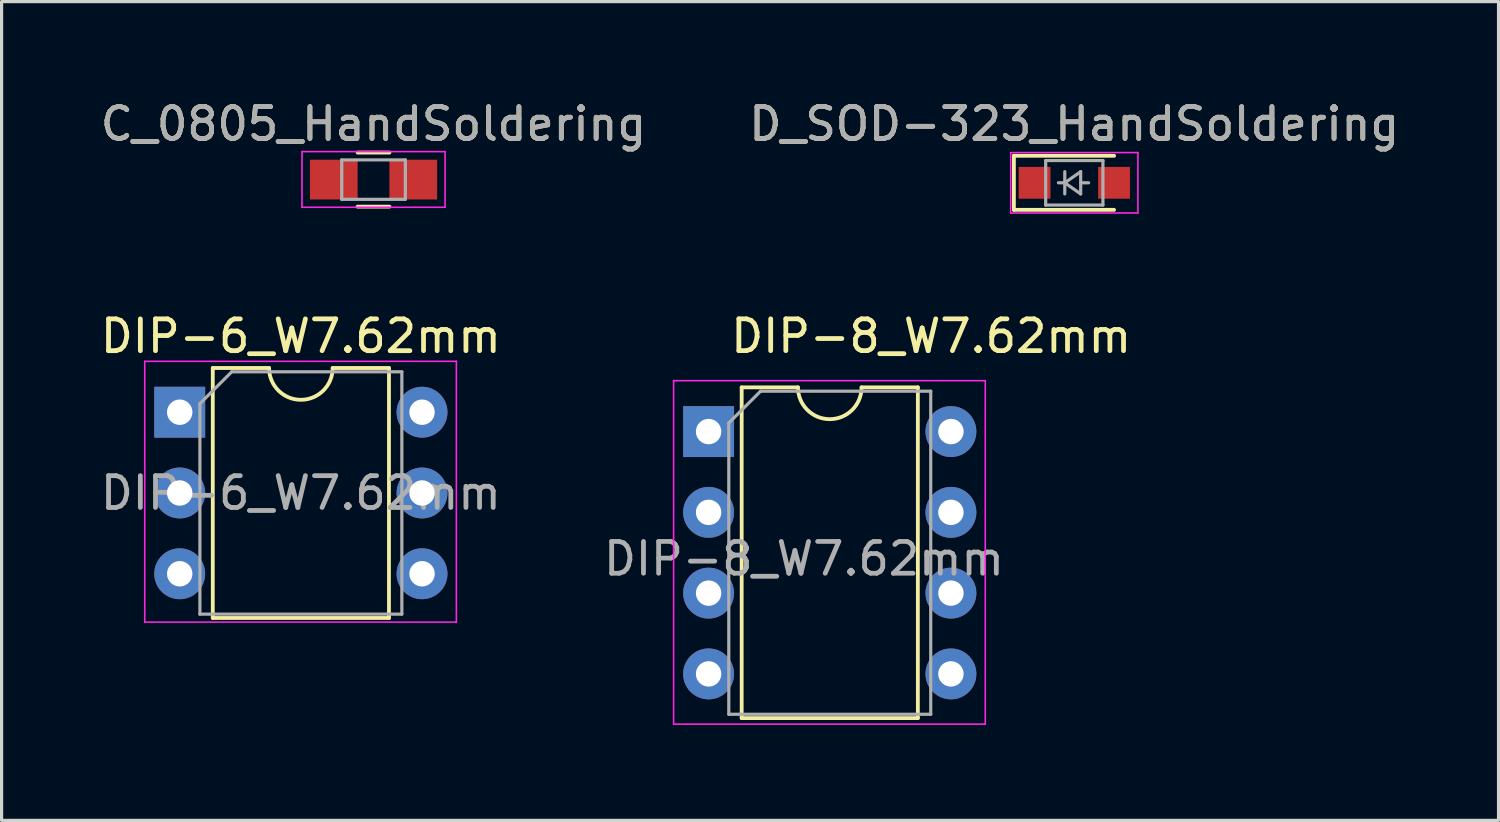
<source format=kicad_pcb>
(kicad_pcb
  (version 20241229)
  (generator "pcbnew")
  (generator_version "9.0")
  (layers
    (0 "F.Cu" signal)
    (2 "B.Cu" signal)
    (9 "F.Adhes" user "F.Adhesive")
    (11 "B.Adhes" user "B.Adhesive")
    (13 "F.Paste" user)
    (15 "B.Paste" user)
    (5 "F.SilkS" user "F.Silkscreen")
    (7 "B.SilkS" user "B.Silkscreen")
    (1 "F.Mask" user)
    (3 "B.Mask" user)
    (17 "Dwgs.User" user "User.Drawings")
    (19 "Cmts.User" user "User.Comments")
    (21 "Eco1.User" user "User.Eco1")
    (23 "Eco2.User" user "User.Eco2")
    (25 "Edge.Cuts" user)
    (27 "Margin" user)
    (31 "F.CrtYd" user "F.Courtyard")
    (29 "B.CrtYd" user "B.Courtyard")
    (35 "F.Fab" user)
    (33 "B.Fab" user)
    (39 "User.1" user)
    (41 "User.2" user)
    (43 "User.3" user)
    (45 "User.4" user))
  (footprint "DIP-6_W7.62mm"
    (layer "F.Cu")
    (at 2.601 9.912)
    (property "Reference" "DIP-6_W7.62mm" (at 3.81 -2.39 0) (layer "F.SilkS") (effects (font (size 1 1) (thickness 0.15))))
    (attr through_hole)
    (fp_line (start 1.04 -1.39) (end 1.04 6.47) (stroke (width 0.12) (type solid)) (layer "F.SilkS"))
    (fp_line (start 1.04 6.47) (end 6.58 6.47) (stroke (width 0.12) (type solid)) (layer "F.SilkS"))
    (fp_line (start 2.81 -1.39) (end 1.04 -1.39) (stroke (width 0.12) (type solid)) (layer "F.SilkS"))
    (fp_line (start 6.58 -1.39) (end 4.81 -1.39) (stroke (width 0.12) (type solid)) (layer "F.SilkS"))
    (fp_line (start 6.58 6.47) (end 6.58 -1.39) (stroke (width 0.12) (type solid)) (layer "F.SilkS"))
    (fp_arc (start 4.81 -1.39) (mid 3.81 -0.39) (end 2.81 -1.39) (stroke (width 0.12) (type solid)) (layer "F.SilkS"))
    (fp_line (start -1.1 -1.6) (end -1.1 6.6) (stroke (width 0.05) (type solid)) (layer "F.CrtYd"))
    (fp_line (start -1.1 6.6) (end 8.7 6.6) (stroke (width 0.05) (type solid)) (layer "F.CrtYd"))
    (fp_line (start 8.7 -1.6) (end -1.1 -1.6) (stroke (width 0.05) (type solid)) (layer "F.CrtYd"))
    (fp_line (start 8.7 6.6) (end 8.7 -1.6) (stroke (width 0.05) (type solid)) (layer "F.CrtYd"))
    (fp_line (start 0.635 -0.27) (end 1.635 -1.27) (stroke (width 0.1) (type solid)) (layer "F.Fab"))
    (fp_line (start 0.635 6.35) (end 0.635 -0.27) (stroke (width 0.1) (type solid)) (layer "F.Fab"))
    (fp_line (start 1.635 -1.27) (end 6.985 -1.27) (stroke (width 0.1) (type solid)) (layer "F.Fab"))
    (fp_line (start 6.985 -1.27) (end 6.985 6.35) (stroke (width 0.1) (type solid)) (layer "F.Fab"))
    (fp_line (start 6.985 6.35) (end 0.635 6.35) (stroke (width 0.1) (type solid)) (layer "F.Fab"))
    (fp_text user "${REFERENCE}" (at 3.81 2.54 0) (layer "F.Fab") (effects (font (size 1 1) (thickness 0.15))))
    (pad "1" thru_hole rect (at 0 0) (size 1.6 1.6) (drill 0.8) (layers "*.Cu" "*.Mask"))
    (pad "2" thru_hole oval (at 0 2.54) (size 1.6 1.6) (drill 0.8) (layers "*.Cu" "*.Mask"))
    (pad "3" thru_hole oval (at 0 5.08) (size 1.6 1.6) (drill 0.8) (layers "*.Cu" "*.Mask"))
    (pad "4" thru_hole oval (at 7.62 5.08) (size 1.6 1.6) (drill 0.8) (layers "*.Cu" "*.Mask"))
    (pad "5" thru_hole oval (at 7.62 2.54) (size 1.6 1.6) (drill 0.8) (layers "*.Cu" "*.Mask"))
    (pad "6" thru_hole oval (at 7.62 0) (size 1.6 1.6) (drill 0.8) (layers "*.Cu" "*.Mask")))
  (footprint "DIP-8_W7.62mm"
    (layer "F.Cu")
    (at 19.232 10.521)
    (property "Reference" "DIP-8_W7.62mm" (at 7 -3 0) (layer "F.SilkS") (effects (font (size 1 1) (thickness 0.15))))
    (attr through_hole)
    (fp_line (start 1.04 -1.39) (end 1.04 9.01) (stroke (width 0.12) (type solid)) (layer "F.SilkS"))
    (fp_line (start 1.04 9.01) (end 6.58 9.01) (stroke (width 0.12) (type solid)) (layer "F.SilkS"))
    (fp_line (start 2.81 -1.39) (end 1.04 -1.39) (stroke (width 0.12) (type solid)) (layer "F.SilkS"))
    (fp_line (start 6.58 -1.39) (end 4.81 -1.39) (stroke (width 0.12) (type solid)) (layer "F.SilkS"))
    (fp_line (start 6.58 9.01) (end 6.58 -1.39) (stroke (width 0.12) (type solid)) (layer "F.SilkS"))
    (fp_arc (start 4.81 -1.39) (mid 3.81 -0.39) (end 2.81 -1.39) (stroke (width 0.12) (type solid)) (layer "F.SilkS"))
    (fp_line (start -1.1 -1.6) (end -1.1 9.2) (stroke (width 0.05) (type solid)) (layer "F.CrtYd"))
    (fp_line (start -1.1 9.2) (end 8.7 9.2) (stroke (width 0.05) (type solid)) (layer "F.CrtYd"))
    (fp_line (start 8.7 -1.6) (end -1.1 -1.6) (stroke (width 0.05) (type solid)) (layer "F.CrtYd"))
    (fp_line (start 8.7 9.2) (end 8.7 -1.6) (stroke (width 0.05) (type solid)) (layer "F.CrtYd"))
    (fp_line (start 0.635 -0.27) (end 1.635 -1.27) (stroke (width 0.1) (type solid)) (layer "F.Fab"))
    (fp_line (start 0.635 8.89) (end 0.635 -0.27) (stroke (width 0.1) (type solid)) (layer "F.Fab"))
    (fp_line (start 1.635 -1.27) (end 6.985 -1.27) (stroke (width 0.1) (type solid)) (layer "F.Fab"))
    (fp_line (start 6.985 -1.27) (end 6.985 8.89) (stroke (width 0.1) (type solid)) (layer "F.Fab"))
    (fp_line (start 6.985 8.89) (end 0.635 8.89) (stroke (width 0.1) (type solid)) (layer "F.Fab"))
    (fp_text user "${REFERENCE}" (at 3 4 0) (layer "F.Fab") (effects (font (size 1 1) (thickness 0.15))))
    (pad "1" thru_hole rect (at 0 0) (size 1.6 1.6) (drill 0.8) (layers "*.Cu" "*.Mask"))
    (pad "2" thru_hole oval (at 0 2.54) (size 1.6 1.6) (drill 0.8) (layers "*.Cu" "*.Mask"))
    (pad "3" thru_hole oval (at 0 5.08) (size 1.6 1.6) (drill 0.8) (layers "*.Cu" "*.Mask"))
    (pad "4" thru_hole oval (at 0 7.62) (size 1.6 1.6) (drill 0.8) (layers "*.Cu" "*.Mask"))
    (pad "5" thru_hole oval (at 7.62 7.62) (size 1.6 1.6) (drill 0.8) (layers "*.Cu" "*.Mask"))
    (pad "6" thru_hole oval (at 7.62 5.08) (size 1.6 1.6) (drill 0.8) (layers "*.Cu" "*.Mask"))
    (pad "7" thru_hole oval (at 7.62 2.54) (size 1.6 1.6) (drill 0.8) (layers "*.Cu" "*.Mask"))
    (pad "8" thru_hole oval (at 7.62 0) (size 1.6 1.6) (drill 0.8) (layers "*.Cu" "*.Mask")))
  (footprint "C_0805_HandSoldering"
    (layer "F.Cu")
    (at 8.696 2.598)
    (property "Reference" "C_0805_HandSoldering" (at 0 -1.75 0) (layer "F.SilkS") (effects (font (size 1 1) (thickness 0.15))))
    (attr smd)
    (fp_line (start -0.5 0.85) (end 0.5 0.85) (stroke (width 0.12) (type solid)) (layer "F.SilkS"))
    (fp_line (start 0.5 -0.85) (end -0.5 -0.85) (stroke (width 0.12) (type solid)) (layer "F.SilkS"))
    (fp_line (start -2.25 -0.88) (end -2.25 0.87) (stroke (width 0.05) (type solid)) (layer "F.CrtYd"))
    (fp_line (start -2.25 -0.88) (end 2.25 -0.88) (stroke (width 0.05) (type solid)) (layer "F.CrtYd"))
    (fp_line (start 2.25 0.87) (end -2.25 0.87) (stroke (width 0.05) (type solid)) (layer "F.CrtYd"))
    (fp_line (start 2.25 0.87) (end 2.25 -0.88) (stroke (width 0.05) (type solid)) (layer "F.CrtYd"))
    (fp_line (start -1 -0.62) (end 1 -0.62) (stroke (width 0.1) (type solid)) (layer "F.Fab"))
    (fp_line (start -1 0.62) (end -1 -0.62) (stroke (width 0.1) (type solid)) (layer "F.Fab"))
    (fp_line (start 1 -0.62) (end 1 0.62) (stroke (width 0.1) (type solid)) (layer "F.Fab"))
    (fp_line (start 1 0.62) (end -1 0.62) (stroke (width 0.1) (type solid)) (layer "F.Fab"))
    (fp_text user "${REFERENCE}" (at 0 -1.75 0) (layer "F.Fab") (effects (font (size 1 1) (thickness 0.15))))
    (pad "1" smd rect (at -1.25 0) (size 1.5 1.25) (layers "F.Cu" "F.Mask" "F.Paste"))
    (pad "2" smd rect (at 1.25 0) (size 1.5 1.25) (layers "F.Cu" "F.Mask" "F.Paste")))
  (footprint "D_SOD-323_HandSoldering"
    (layer "F.Cu")
    (at 30.732 2.698)
    (property "Reference" "D_SOD-323_HandSoldering" (at 0 -1.85 0) (layer "F.SilkS") (effects (font (size 1 1) (thickness 0.15))))
    (attr smd)
    (fp_line (start -1.9 -0.85) (end -1.9 0.85) (stroke (width 0.12) (type solid)) (layer "F.SilkS"))
    (fp_line (start -1.9 -0.85) (end 1.25 -0.85) (stroke (width 0.12) (type solid)) (layer "F.SilkS"))
    (fp_line (start -1.9 0.85) (end 1.25 0.85) (stroke (width 0.12) (type solid)) (layer "F.SilkS"))
    (fp_line (start -2 -0.95) (end -2 0.95) (stroke (width 0.05) (type solid)) (layer "F.CrtYd"))
    (fp_line (start -2 -0.95) (end 2 -0.95) (stroke (width 0.05) (type solid)) (layer "F.CrtYd"))
    (fp_line (start -2 0.95) (end 2 0.95) (stroke (width 0.05) (type solid)) (layer "F.CrtYd"))
    (fp_line (start 2 -0.95) (end 2 0.95) (stroke (width 0.05) (type solid)) (layer "F.CrtYd"))
    (fp_line (start -0.9 -0.7) (end 0.9 -0.7) (stroke (width 0.1) (type solid)) (layer "F.Fab"))
    (fp_line (start -0.9 0.7) (end -0.9 -0.7) (stroke (width 0.1) (type solid)) (layer "F.Fab"))
    (fp_line (start -0.3 -0.35) (end -0.3 0.35) (stroke (width 0.1) (type solid)) (layer "F.Fab"))
    (fp_line (start -0.3 0) (end -0.5 0) (stroke (width 0.1) (type solid)) (layer "F.Fab"))
    (fp_line (start -0.3 0) (end 0.2 -0.35) (stroke (width 0.1) (type solid)) (layer "F.Fab"))
    (fp_line (start 0.2 -0.35) (end 0.2 0.35) (stroke (width 0.1) (type solid)) (layer "F.Fab"))
    (fp_line (start 0.2 0) (end 0.45 0) (stroke (width 0.1) (type solid)) (layer "F.Fab"))
    (fp_line (start 0.2 0.35) (end -0.3 0) (stroke (width 0.1) (type solid)) (layer "F.Fab"))
    (fp_line (start 0.9 -0.7) (end 0.9 0.7) (stroke (width 0.1) (type solid)) (layer "F.Fab"))
    (fp_line (start 0.9 0.7) (end -0.9 0.7) (stroke (width 0.1) (type solid)) (layer "F.Fab"))
    (fp_text user "${REFERENCE}" (at 0 -1.85 0) (layer "F.Fab") (effects (font (size 1 1) (thickness 0.15))))
    (pad "1" smd rect (at -1.25 0) (size 1 1) (layers "F.Cu" "F.Mask" "F.Paste"))
    (pad "2" smd rect (at 1.25 0) (size 1 1) (layers "F.Cu" "F.Mask" "F.Paste")))
  (gr_rect
    (start -3 -3)
    (end 44.071 22.747)
    (stroke (width 0.1) (type default))
    (fill no)
    (layer "Edge.Cuts")))
</source>
